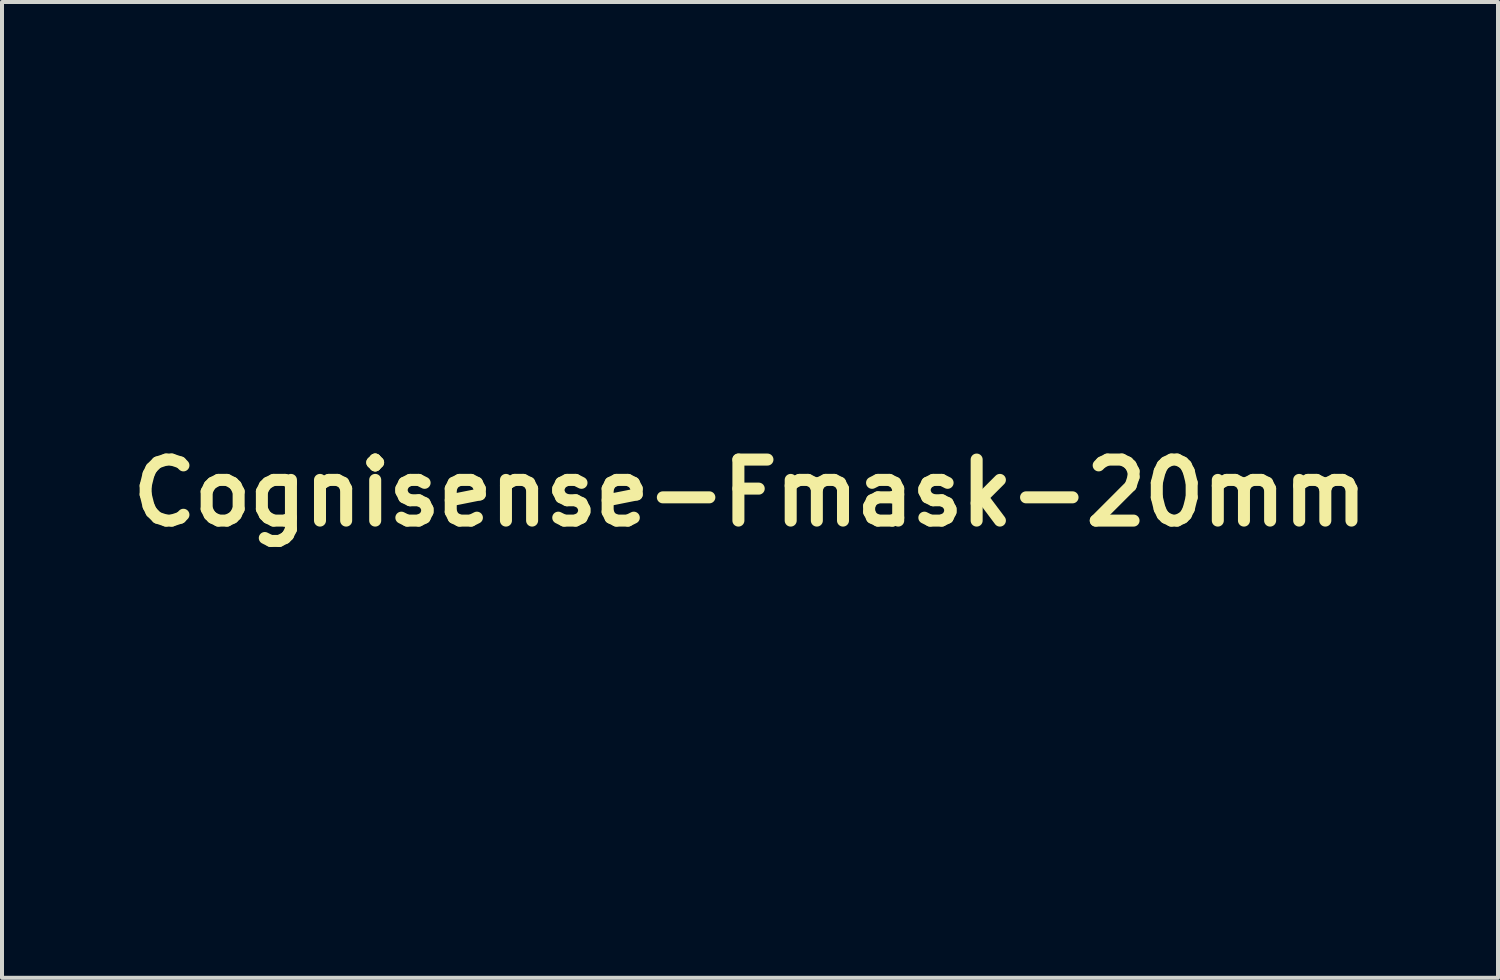
<source format=kicad_pcb>
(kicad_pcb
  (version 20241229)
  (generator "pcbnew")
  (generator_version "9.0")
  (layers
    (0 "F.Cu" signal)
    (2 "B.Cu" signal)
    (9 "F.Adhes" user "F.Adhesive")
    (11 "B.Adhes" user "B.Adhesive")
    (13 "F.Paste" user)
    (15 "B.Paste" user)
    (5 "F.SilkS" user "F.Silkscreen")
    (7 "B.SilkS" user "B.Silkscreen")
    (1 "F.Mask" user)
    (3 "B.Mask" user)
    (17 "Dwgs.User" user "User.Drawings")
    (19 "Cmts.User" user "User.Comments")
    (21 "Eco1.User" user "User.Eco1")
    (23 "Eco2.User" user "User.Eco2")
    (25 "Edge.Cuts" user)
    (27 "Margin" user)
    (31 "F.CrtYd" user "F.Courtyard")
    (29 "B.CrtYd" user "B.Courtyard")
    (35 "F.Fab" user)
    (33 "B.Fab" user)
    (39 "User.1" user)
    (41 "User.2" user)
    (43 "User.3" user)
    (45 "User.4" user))
  (footprint "Cognisense-Fmask-20mm"
    (layer "F.Cu")
    (at 15.683 9.263)
    (property "Reference" "Cognisense-Fmask-20mm" (at 0 0 0) (layer "F.SilkS") (effects (font (size 1.524 1.524) (thickness 0.3))))
    (attr through_hole)
    (fp_poly (pts (xy 5.741 0.25) (xy 5.715 0.481) (xy 5.699 0.68) (xy 5.698 0.73) (xy 5.689 0.813) (xy 5.649 0.863) (xy 5.556 0.88) (xy 5.388 0.867) (xy 5.124 0.824) (xy 4.85 0.773) (xy 4.311 0.67) (xy 4.352 0.464) (xy 4.383 0.254) (xy 4.394 0.094) (xy 4.399 0.021) (xy 4.43 -0.026) (xy 4.514 -0.053) (xy 4.674 -0.065) (xy 4.935 -0.069) (xy 5.089 -0.069) (xy 5.785 -0.069) (xy 5.741 0.25)) (stroke (width 0.01) (type solid)) (fill yes) (layer "F.Mask"))
    (fp_poly (pts (xy 4.289 1.327) (xy 4.468 1.385) (xy 4.696 1.466) (xy 4.94 1.557) (xy 5.165 1.645) (xy 5.336 1.717) (xy 5.42 1.761) (xy 5.423 1.766) (xy 5.394 1.874) (xy 5.319 2.047) (xy 5.221 2.246) (xy 5.117 2.432) (xy 5.031 2.565) (xy 4.985 2.608) (xy 4.894 2.574) (xy 4.719 2.485) (xy 4.49 2.358) (xy 4.394 2.301) (xy 4.163 2.158) (xy 3.988 2.037) (xy 3.893 1.958) (xy 3.884 1.941) (xy 3.892 1.914) (xy 3.982 1.914) (xy 4.038 1.975) (xy 4.187 2.081) (xy 4.401 2.212) (xy 4.479 2.257) (xy 4.977 2.533) (xy 5.159 2.176) (xy 5.253 1.982) (xy 5.311 1.844) (xy 5.321 1.798) (xy 5.25 1.764) (xy 5.09 1.7) (xy 4.877 1.618) (xy 4.647 1.534) (xy 4.436 1.459) (xy 4.281 1.407) (xy 4.217 1.392) (xy 4.16 1.49) (xy 4.084 1.647) (xy 4.016 1.805) (xy 3.982 1.907) (xy 3.982 1.914) (xy 3.892 1.914) (xy 3.918 1.822) (xy 3.989 1.653) (xy 4.074 1.48) (xy 4.151 1.349) (xy 4.194 1.304) (xy 4.289 1.327)) (stroke (width 0.01) (type solid)) (fill yes) (layer "F.Mask"))
    (fp_poly (pts (xy 5.42 -1.863) (xy 5.475 -1.712) (xy 5.541 -1.51) (xy 5.604 -1.299) (xy 5.65 -1.118) (xy 5.651 -1.116) (xy 5.669 -0.996) (xy 5.663 -0.961) (xy 5.59 -0.949) (xy 5.416 -0.917) (xy 5.175 -0.872) (xy 5.103 -0.858) (xy 4.776 -0.797) (xy 4.557 -0.767) (xy 4.422 -0.777) (xy 4.343 -0.833) (xy 4.295 -0.944) (xy 4.255 -1.102) (xy 4.213 -1.303) (xy 4.203 -1.382) (xy 4.257 -1.382) (xy 4.281 -1.23) (xy 4.339 -1.054) (xy 4.41 -0.904) (xy 4.474 -0.828) (xy 4.483 -0.826) (xy 4.588 -0.84) (xy 4.786 -0.873) (xy 5.029 -0.919) (xy 5.268 -0.969) (xy 5.449 -1.016) (xy 5.534 -1.049) (xy 5.535 -1.05) (xy 5.551 -1.143) (xy 5.525 -1.31) (xy 5.472 -1.502) (xy 5.406 -1.673) (xy 5.34 -1.774) (xy 5.317 -1.785) (xy 5.206 -1.762) (xy 5.02 -1.705) (xy 4.796 -1.625) (xy 4.573 -1.539) (xy 4.386 -1.459) (xy 4.274 -1.4) (xy 4.257 -1.382) (xy 4.203 -1.382) (xy 4.195 -1.44) (xy 4.199 -1.476) (xy 4.269 -1.508) (xy 4.432 -1.573) (xy 4.652 -1.658) (xy 4.894 -1.749) (xy 5.12 -1.832) (xy 5.296 -1.894) (xy 5.385 -1.922) (xy 5.388 -1.922) (xy 5.42 -1.863)) (stroke (width 0.01) (type solid)) (fill yes) (layer "F.Mask"))
    (fp_poly (pts (xy 1.281 -9.232) (xy 1.854 -9.161) (xy 2.459 -9.041) (xy 2.849 -8.946) (xy 3.134 -8.862) (xy 3.466 -8.747) (xy 3.819 -8.613) (xy 4.166 -8.47) (xy 4.481 -8.33) (xy 4.737 -8.204) (xy 4.909 -8.103) (xy 4.964 -8.052) (xy 4.946 -7.976) (xy 4.876 -7.814) (xy 4.772 -7.599) (xy 4.649 -7.363) (xy 4.525 -7.14) (xy 4.417 -6.961) (xy 4.357 -6.878) (xy 4.292 -6.896) (xy 4.136 -6.963) (xy 3.919 -7.066) (xy 3.869 -7.092) (xy 3.555 -7.249) (xy 3.34 -7.343) (xy 3.197 -7.368) (xy 3.102 -7.32) (xy 3.027 -7.191) (xy 2.947 -6.978) (xy 2.914 -6.884) (xy 2.821 -6.632) (xy 2.743 -6.431) (xy 2.691 -6.315) (xy 2.683 -6.303) (xy 2.602 -6.297) (xy 2.426 -6.325) (xy 2.191 -6.381) (xy 2.162 -6.389) (xy 1.917 -6.451) (xy 1.72 -6.489) (xy 1.612 -6.496) (xy 1.608 -6.495) (xy 1.566 -6.418) (xy 1.515 -6.239) (xy 1.465 -5.989) (xy 1.446 -5.873) (xy 1.358 -5.279) (xy 0.885 -5.326) (xy 0.412 -5.372) (xy 0.412 -4.05) (xy 0.117 -4.05) (xy -0.458 -3.986) (xy -1.04 -3.802) (xy -1.608 -3.515) (xy -2.139 -3.139) (xy -2.61 -2.689) (xy -2.998 -2.181) (xy -3.182 -1.854) (xy -3.46 -1.151) (xy -3.603 -0.455) (xy -3.609 0.241) (xy -3.478 0.941) (xy -3.212 1.651) (xy -3.161 1.757) (xy -2.812 2.32) (xy -2.357 2.827) (xy -1.822 3.256) (xy -1.231 3.59) (xy -0.61 3.806) (xy -0.582 3.813) (xy -0.048 3.894) (xy 0.53 3.912) (xy 1.085 3.864) (xy 1.339 3.815) (xy 1.562 3.77) (xy 1.728 3.753) (xy 1.795 3.763) (xy 1.838 3.846) (xy 1.911 4.025) (xy 2 4.265) (xy 2.028 4.344) (xy 2.124 4.606) (xy 2.196 4.762) (xy 2.258 4.832) (xy 2.327 4.842) (xy 2.361 4.834) (xy 2.571 4.749) (xy 2.844 4.611) (xy 3.131 4.448) (xy 3.383 4.286) (xy 3.506 4.193) (xy 3.734 4.003) (xy 3.343 3.542) (xy 3.168 3.33) (xy 3.033 3.157) (xy 2.96 3.05) (xy 2.952 3.031) (xy 2.997 2.958) (xy 3.113 2.826) (xy 3.213 2.724) (xy 3.475 2.469) (xy 5.449 4.13) (xy 5.574 3.97) (xy 5.687 3.814) (xy 5.828 3.608) (xy 5.887 3.518) (xy 6.002 3.352) (xy 6.09 3.246) (xy 6.118 3.227) (xy 6.192 3.258) (xy 6.357 3.343) (xy 6.584 3.467) (xy 6.717 3.542) (xy 6.976 3.69) (xy 7.135 3.791) (xy 7.211 3.865) (xy 7.225 3.932) (xy 7.193 4.012) (xy 7.179 4.04) (xy 7.093 4.184) (xy 6.952 4.395) (xy 6.785 4.629) (xy 6.767 4.654) (xy 6.448 5.087) (xy 5.953 4.674) (xy 5.458 4.262) (xy 5.097 4.617) (xy 4.923 4.794) (xy 4.795 4.934) (xy 4.738 5.008) (xy 4.737 5.012) (xy 4.779 5.075) (xy 4.895 5.225) (xy 5.071 5.446) (xy 5.295 5.719) (xy 5.528 6.002) (xy 5.824 6.354) (xy 6.037 6.618) (xy 6.168 6.815) (xy 6.217 6.966) (xy 6.184 7.093) (xy 6.069 7.217) (xy 5.871 7.359) (xy 5.591 7.543) (xy 5.527 7.585) (xy 4.735 8.063) (xy 3.935 8.446) (xy 3.082 8.755) (xy 2.444 8.935) (xy 2.198 8.99) (xy 1.937 9.031) (xy 1.633 9.061) (xy 1.258 9.081) (xy 0.783 9.094) (xy 0.584 9.098) (xy 0.163 9.103) (xy -0.22 9.105) (xy -0.54 9.103) (xy -0.773 9.097) (xy -0.892 9.088) (xy -1.658 8.932) (xy -2.33 8.753) (xy -2.949 8.536) (xy -3.558 8.268) (xy -3.851 8.123) (xy -4.817 7.549) (xy -5.693 6.875) (xy -5.961 6.611) (xy 0.412 6.611) (xy 0.412 7.777) (xy 1.047 7.737) (xy 1.419 7.699) (xy 1.846 7.633) (xy 2.248 7.551) (xy 2.344 7.527) (xy 2.727 7.413) (xy 3.154 7.264) (xy 3.545 7.105) (xy 3.632 7.066) (xy 4.172 6.815) (xy 4.407 6.815) (xy 4.616 7.166) (xy 4.748 7.386) (xy 4.864 7.58) (xy 4.919 7.67) (xy 5.013 7.824) (xy 5.339 7.623) (xy 5.59 7.455) (xy 5.844 7.265) (xy 5.936 7.188) (xy 6.207 6.954) (xy 5.866 6.536) (xy 5.7 6.338) (xy 5.564 6.19) (xy 5.482 6.117) (xy 5.474 6.114) (xy 5.398 6.149) (xy 5.238 6.246) (xy 5.024 6.387) (xy 4.914 6.463) (xy 4.407 6.815) (xy 4.172 6.815) (xy 4.257 6.776) (xy 4.007 6.323) (xy 3.88 6.097) (xy 3.776 5.919) (xy 3.714 5.822) (xy 3.71 5.817) (xy 3.631 5.819) (xy 3.46 5.872) (xy 3.231 5.964) (xy 3.151 6.001) (xy 2.387 6.291) (xy 1.575 6.49) (xy 0.979 6.567) (xy 0.412 6.611) (xy -5.961 6.611) (xy -6.326 6.251) (xy -0.66 6.251) (xy -0.657 6.361) (xy -0.656 6.363) (xy -0.565 6.426) (xy -0.36 6.471) (xy -0.066 6.495) (xy 0.293 6.498) (xy 0.695 6.481) (xy 1.116 6.441) (xy 1.304 6.417) (xy 2.235 6.215) (xy 3.112 5.89) (xy 3.927 5.446) (xy 4.67 4.889) (xy 5.044 4.535) (xy 5.385 4.187) (xy 5.114 3.964) (xy 4.915 3.799) (xy 4.73 3.644) (xy 4.671 3.594) (xy 4.499 3.447) (xy 4.107 3.81) (xy 3.545 4.261) (xy 2.902 4.66) (xy 2.235 4.973) (xy 2.073 5.033) (xy 1.811 5.12) (xy 1.578 5.181) (xy 1.337 5.223) (xy 1.05 5.252) (xy 0.68 5.273) (xy 0.481 5.281) (xy -0.513 5.32) (xy -0.601 5.801) (xy -0.64 6.05) (xy -0.66 6.251) (xy -6.326 6.251) (xy -6.474 6.105) (xy -7.156 5.248) (xy -7.733 4.309) (xy -7.915 3.915) (xy -6.391 3.915) (xy -6.037 4.428) (xy -5.882 4.656) (xy -5.774 4.801) (xy -5.682 4.863) (xy -5.578 4.843) (xy -5.431 4.743) (xy -5.212 4.564) (xy -5.095 4.468) (xy -4.934 4.327) (xy -4.829 4.215) (xy -4.805 4.172) (xy -4.844 4.088) (xy -4.944 3.934) (xy -5.041 3.802) (xy -5.177 3.617) (xy -5.275 3.47) (xy -5.307 3.411) (xy -5.383 3.389) (xy -5.561 3.449) (xy -5.836 3.586) (xy -6.165 3.777) (xy -6.391 3.915) (xy -7.915 3.915) (xy -8.201 3.296) (xy -8.554 2.216) (xy -8.695 1.605) (xy -8.769 1.09) (xy -8.81 0.487) (xy -8.818 -0.137) (xy -8.748 -0.137) (xy -8.743 0.441) (xy -8.719 0.886) (xy -8.678 1.199) (xy -8.619 1.384) (xy -8.544 1.442) (xy -8.43 1.431) (xy -8.225 1.401) (xy -7.982 1.362) (xy -7.517 1.282) (xy -7.516 0.778) (xy -6.11 0.778) (xy -6.072 1.149) (xy -5.966 1.597) (xy -5.805 2.09) (xy -5.6 2.595) (xy -5.364 3.077) (xy -5.129 3.473) (xy -4.947 3.731) (xy -4.734 4.006) (xy -4.509 4.276) (xy -4.293 4.519) (xy -4.103 4.713) (xy -3.96 4.837) (xy -3.89 4.87) (xy -3.811 4.818) (xy -3.675 4.684) (xy -3.509 4.496) (xy -3.476 4.456) (xy -3.143 4.045) (xy -3.48 3.687) (xy -3.896 3.196) (xy -4.245 2.669) (xy -4.451 2.288) (xy -4.59 1.976) (xy -4.721 1.618) (xy -4.832 1.254) (xy -4.91 0.928) (xy -4.942 0.679) (xy -4.943 0.661) (xy -4.943 0.461) (xy -5.365 0.505) (xy -5.619 0.529) (xy -5.839 0.545) (xy -5.948 0.549) (xy -6.06 0.57) (xy -6.104 0.661) (xy -6.11 0.778) (xy -7.516 0.778) (xy -7.513 -0.063) (xy -7.511 -0.355) (xy -4.872 -0.355) (xy -4.862 -0.006) (xy -4.859 0.087) (xy -4.838 0.509) (xy -4.809 0.835) (xy -4.764 1.107) (xy -4.697 1.365) (xy -4.639 1.545) (xy -4.297 2.352) (xy -3.848 3.074) (xy -3.292 3.71) (xy -2.971 3.998) (xy -2.638 4.245) (xy -2.252 4.485) (xy -1.844 4.702) (xy -1.444 4.883) (xy -1.085 5.011) (xy -0.796 5.072) (xy -0.75 5.075) (xy -0.662 5.069) (xy -0.603 5.028) (xy -0.559 4.925) (xy -0.518 4.731) (xy -0.484 4.528) (xy -0.446 4.271) (xy -0.422 4.073) (xy -0.42 4.018) (xy 1.181 4.018) (xy 1.198 4.194) (xy 1.23 4.439) (xy 1.243 4.524) (xy 1.295 4.822) (xy 1.357 5.001) (xy 1.452 5.08) (xy 1.603 5.077) (xy 1.834 5.01) (xy 1.86 5.001) (xy 2.02 4.945) (xy 2.111 4.908) (xy 2.116 4.905) (xy 2.104 4.837) (xy 2.056 4.672) (xy 1.978 4.441) (xy 1.95 4.359) (xy 1.762 3.83) (xy 1.484 3.875) (xy 1.305 3.908) (xy 1.195 3.937) (xy 1.182 3.944) (xy 1.181 4.018) (xy -0.42 4.018) (xy -0.418 3.968) (xy -0.42 3.959) (xy -0.494 3.931) (xy -0.664 3.875) (xy -0.895 3.801) (xy -0.927 3.791) (xy -1.56 3.523) (xy -2.132 3.143) (xy -2.633 2.668) (xy -3.05 2.114) (xy -3.374 1.498) (xy -3.592 0.835) (xy -3.693 0.142) (xy -3.695 -0.24) (xy -3.673 -0.72) (xy -4.179 -0.81) (xy -4.439 -0.849) (xy -4.653 -0.868) (xy -4.781 -0.863) (xy -4.788 -0.861) (xy -4.83 -0.826) (xy -4.857 -0.744) (xy -4.87 -0.594) (xy -4.872 -0.355) (xy -7.511 -0.355) (xy -7.51 -0.54) (xy -7.508 -0.652) (xy -6.144 -0.652) (xy -5.801 -0.61) (xy -5.541 -0.586) (xy -5.294 -0.575) (xy -5.218 -0.576) (xy -5.071 -0.589) (xy -4.994 -0.641) (xy -4.953 -0.769) (xy -4.933 -0.904) (xy -4.754 -1.683) (xy -4.454 -2.423) (xy -4.043 -3.111) (xy -3.722 -3.505) (xy -3.57 -3.505) (xy -3.521 -3.44) (xy -3.391 -3.312) (xy -3.206 -3.147) (xy -3.151 -3.1) (xy -2.732 -2.745) (xy -2.37 -3.076) (xy -2.114 -3.283) (xy -1.804 -3.497) (xy -1.536 -3.654) (xy -1.255 -3.79) (xy -0.969 -3.908) (xy -0.74 -3.984) (xy -0.738 -3.984) (xy -0.575 -4.028) (xy -0.475 -4.079) (xy -0.43 -4.166) (xy -0.429 -4.316) (xy -0.464 -4.559) (xy -0.495 -4.735) (xy -0.542 -4.987) (xy -0.599 -5.139) (xy -0.692 -5.206) (xy -0.847 -5.198) (xy -1.093 -5.128) (xy -1.255 -5.074) (xy -2.016 -4.751) (xy -2.703 -4.323) (xy -3.091 -4) (xy -3.298 -3.803) (xy -3.46 -3.64) (xy -3.554 -3.533) (xy -3.57 -3.505) (xy -3.722 -3.505) (xy -3.535 -3.735) (xy -2.941 -4.28) (xy -2.274 -4.734) (xy -1.546 -5.084) (xy -0.77 -5.317) (xy -0.756 -5.32) (xy -0.459 -5.373) (xy -0.168 -5.41) (xy 0.039 -5.423) (xy 0.343 -5.423) (xy 0.343 -6.665) (xy 0.12 -6.631) (xy -0.074 -6.604) (xy -0.336 -6.572) (xy -0.514 -6.552) (xy -1.295 -6.405) (xy -2.082 -6.139) (xy -2.847 -5.768) (xy -3.56 -5.304) (xy -4.056 -4.892) (xy -4.562 -4.356) (xy -5.022 -3.739) (xy -5.422 -3.069) (xy -5.746 -2.373) (xy -5.981 -1.681) (xy -6.111 -1.019) (xy -6.12 -0.924) (xy -6.144 -0.652) (xy -7.508 -0.652) (xy -7.503 -0.909) (xy -7.49 -1.197) (xy -7.467 -1.433) (xy -7.432 -1.644) (xy -7.383 -1.859) (xy -7.329 -2.059) (xy -7.255 -2.337) (xy -7.201 -2.561) (xy -7.172 -2.7) (xy -7.172 -2.732) (xy -7.242 -2.765) (xy -7.409 -2.832) (xy -7.641 -2.921) (xy -7.715 -2.949) (xy -8.237 -3.144) (xy -8.372 -2.704) (xy -8.582 -1.883) (xy -8.705 -1.045) (xy -8.748 -0.14) (xy -8.748 -0.137) (xy -8.818 -0.137) (xy -8.818 -0.162) (xy -8.794 -0.812) (xy -8.738 -1.419) (xy -8.659 -1.904) (xy -8.358 -3.006) (xy -7.937 -4.042) (xy -7.395 -5.012) (xy -7.249 -5.211) (xy -5.492 -5.211) (xy -5.443 -5.146) (xy -5.312 -5.02) (xy -5.126 -4.855) (xy -5.072 -4.81) (xy -4.653 -4.459) (xy -4.163 -4.924) (xy -3.898 -5.163) (xy -3.618 -5.397) (xy -3.369 -5.587) (xy -3.295 -5.639) (xy -3.028 -5.803) (xy -2.711 -5.983) (xy -2.451 -6.118) (xy -2.229 -6.229) (xy -2.092 -6.318) (xy -2.031 -6.418) (xy -2.037 -6.558) (xy -2.103 -6.77) (xy -2.205 -7.042) (xy -2.29 -7.253) (xy -2.359 -7.359) (xy -2.433 -7.386) (xy -2.494 -7.373) (xy -2.699 -7.292) (xy -2.982 -7.158) (xy -3.306 -6.989) (xy -3.632 -6.806) (xy -3.924 -6.629) (xy -4.016 -6.569) (xy -4.201 -6.432) (xy -4.43 -6.246) (xy -4.68 -6.029) (xy -4.931 -5.802) (xy -5.159 -5.587) (xy -5.343 -5.402) (xy -5.46 -5.268) (xy -5.492 -5.211) (xy -7.249 -5.211) (xy -6.735 -5.914) (xy -6.146 -6.56) (xy -5.296 -7.321) (xy -4.386 -7.959) (xy -3.417 -8.473) (xy -2.389 -8.863) (xy -1.938 -8.991) (xy -1.928 -8.993) (xy -1.117 -8.993) (xy -1.108 -8.813) (xy -1.075 -8.585) (xy -1.027 -8.346) (xy -0.969 -8.132) (xy -0.91 -7.978) (xy -0.857 -7.921) (xy -0.852 -7.922) (xy -0.748 -7.941) (xy -0.541 -7.965) (xy -0.267 -7.989) (xy -0.089 -8.002) (xy 0.616 -8.01) (xy 1.353 -7.951) (xy 2.063 -7.829) (xy 2.463 -7.726) (xy 2.712 -7.651) (xy 2.906 -7.593) (xy 3.012 -7.562) (xy 3.021 -7.56) (xy 3.057 -7.616) (xy 3.125 -7.773) (xy 3.213 -8.002) (xy 3.25 -8.105) (xy 3.336 -8.358) (xy 3.397 -8.556) (xy 3.423 -8.668) (xy 3.422 -8.681) (xy 3.322 -8.729) (xy 3.117 -8.794) (xy 2.838 -8.871) (xy 2.515 -8.95) (xy 2.178 -9.025) (xy 1.857 -9.087) (xy 1.791 -9.098) (xy 1.411 -9.152) (xy 1.029 -9.183) (xy 0.602 -9.194) (xy 0.086 -9.186) (xy 0.024 -9.185) (xy -0.346 -9.17) (xy -0.667 -9.15) (xy -0.915 -9.126) (xy -1.064 -9.102) (xy -1.094 -9.09) (xy -1.117 -8.993) (xy -1.928 -8.993) (xy -1.616 -9.071) (xy -1.36 -9.13) (xy -1.134 -9.171) (xy -0.903 -9.199) (xy -0.631 -9.219) (xy -0.28 -9.236) (xy 0.009 -9.247) (xy 0.684 -9.258) (xy 1.281 -9.232)) (stroke (width 0.01) (type solid)) (fill yes) (layer "F.Mask")))
  (gr_rect
    (start -3 -3)
    (end 34.365 21.373)
    (stroke (width 0.1) (type default))
    (fill no)
    (layer "Edge.Cuts")))
</source>
